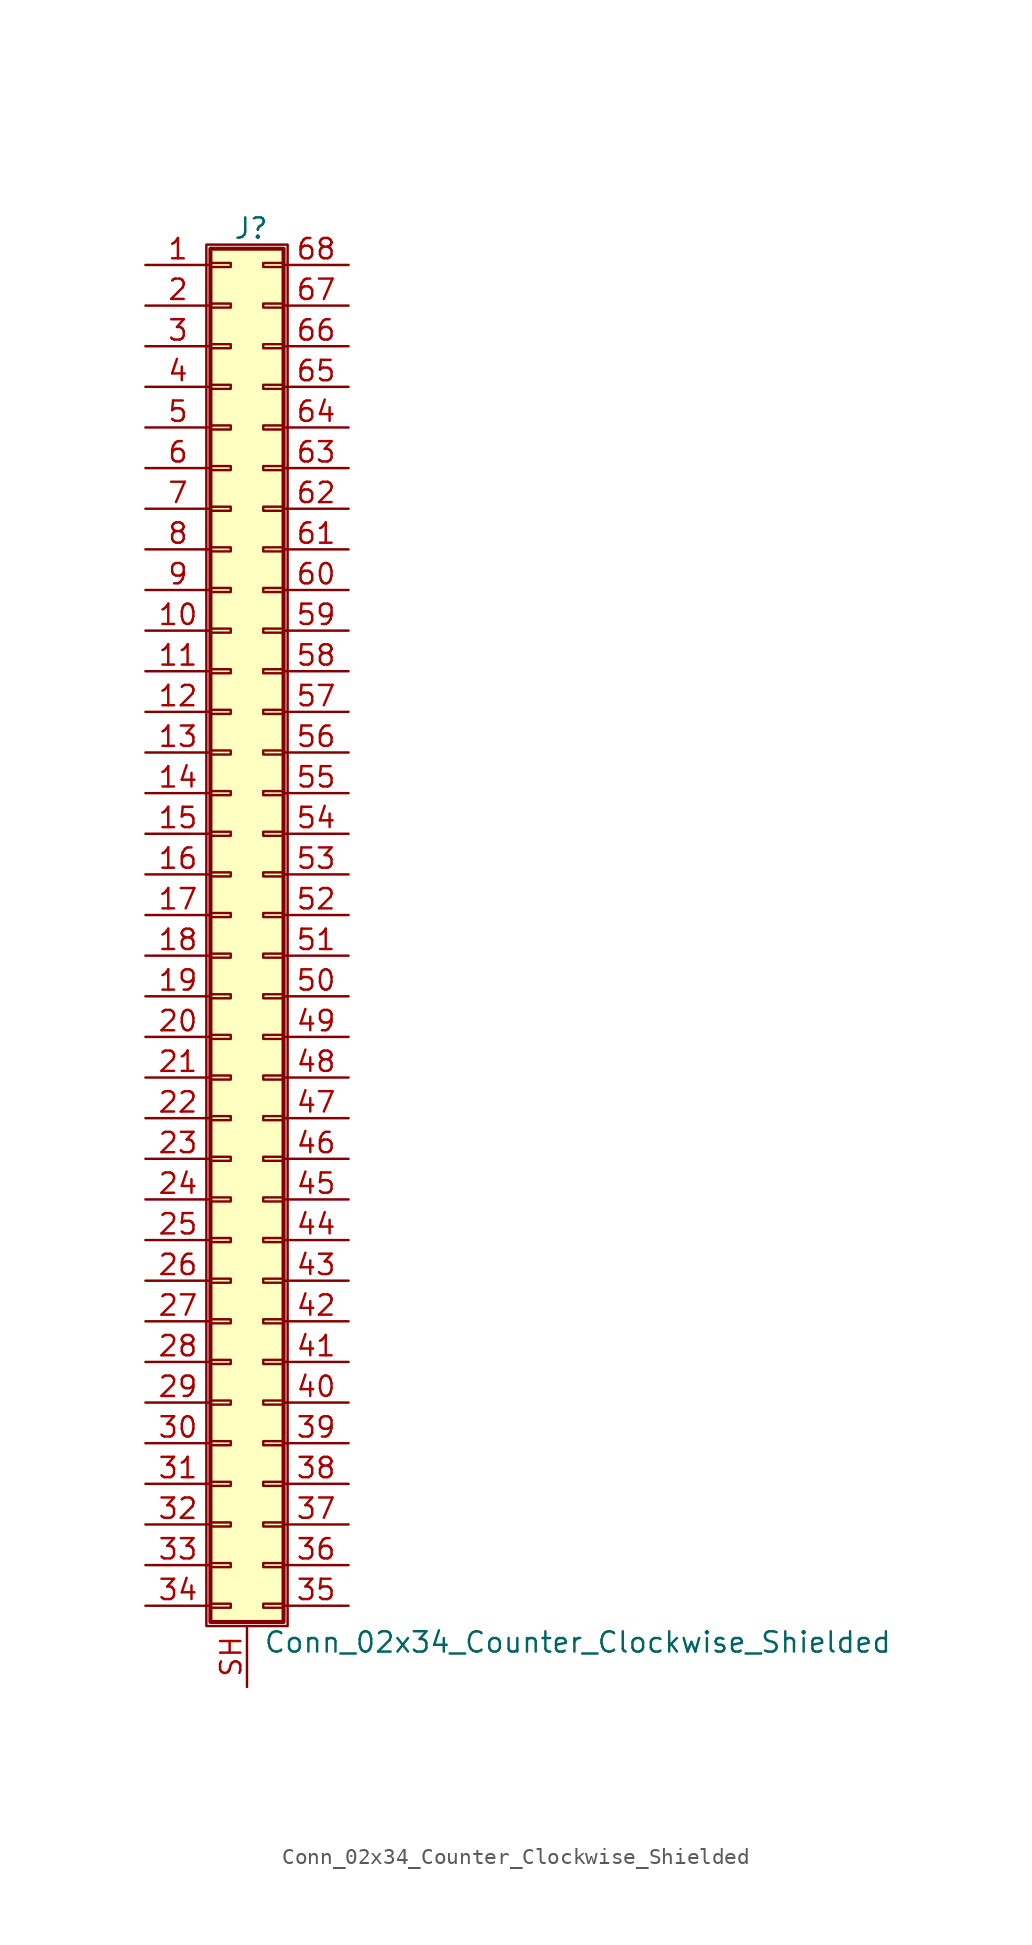
<source format=kicad_sym>
(kicad_symbol_lib
  (version 20220914)
  (generator kicad_symbol_editor)
  (symbol "Conn_02x34_Counter_Clockwise_Shielded"
    (pin_names
      (offset 1.016) hide)
    (property "Reference" "J"
      (at 1.524 42.926 0)
      (effects (font (size 1.27 1.27))))
    (property "Value" "Conn_02x34_Counter_Clockwise_Shielded"
      (at 2.286 -45.466 0)
      (effects (font (size 1.27 1.27)) (justify left)))
    (symbol "Conn_02x34_Counter_Clockwise_Shielded_1_1"
      (rectangle (start -1.27 41.91) (end 3.81 -44.45) (stroke (width 0.152) (type default)) (fill (type none)))
      (rectangle (start -1.016 -43.053) (end 0.254 -43.307) (stroke (width 0.152) (type default)) (fill (type none)))
      (rectangle (start -1.016 -40.513) (end 0.254 -40.767) (stroke (width 0.152) (type default)) (fill (type none)))
      (rectangle (start -1.016 -37.973) (end 0.254 -38.227) (stroke (width 0.152) (type default)) (fill (type none)))
      (rectangle (start -1.016 -35.433) (end 0.254 -35.687) (stroke (width 0.152) (type default)) (fill (type none)))
      (rectangle (start -1.016 -32.893) (end 0.254 -33.147) (stroke (width 0.152) (type default)) (fill (type none)))
      (rectangle (start -1.016 -30.353) (end 0.254 -30.607) (stroke (width 0.152) (type default)) (fill (type none)))
      (rectangle (start -1.016 -27.813) (end 0.254 -28.067) (stroke (width 0.152) (type default)) (fill (type none)))
      (rectangle (start -1.016 -25.273) (end 0.254 -25.527) (stroke (width 0.152) (type default)) (fill (type none)))
      (rectangle (start -1.016 -22.733) (end 0.254 -22.987) (stroke (width 0.152) (type default)) (fill (type none)))
      (rectangle (start -1.016 -20.193) (end 0.254 -20.447) (stroke (width 0.152) (type default)) (fill (type none)))
      (rectangle (start -1.016 -17.653) (end 0.254 -17.907) (stroke (width 0.152) (type default)) (fill (type none)))
      (rectangle (start -1.016 -15.113) (end 0.254 -15.367) (stroke (width 0.152) (type default)) (fill (type none)))
      (rectangle (start -1.016 -12.573) (end 0.254 -12.827) (stroke (width 0.152) (type default)) (fill (type none)))
      (rectangle (start -1.016 -10.033) (end 0.254 -10.287) (stroke (width 0.152) (type default)) (fill (type none)))
      (rectangle (start -1.016 -7.493) (end 0.254 -7.747) (stroke (width 0.152) (type default)) (fill (type none)))
      (rectangle (start -1.016 -4.953) (end 0.254 -5.207) (stroke (width 0.152) (type default)) (fill (type none)))
      (rectangle (start -1.016 -2.413) (end 0.254 -2.667) (stroke (width 0.152) (type default)) (fill (type none)))
      (rectangle (start -1.016 0.127) (end 0.254 -0.127) (stroke (width 0.152) (type default)) (fill (type none)))
      (rectangle (start -1.016 2.667) (end 0.254 2.413) (stroke (width 0.152) (type default)) (fill (type none)))
      (rectangle (start -1.016 5.207) (end 0.254 4.953) (stroke (width 0.152) (type default)) (fill (type none)))
      (rectangle (start -1.016 7.747) (end 0.254 7.493) (stroke (width 0.152) (type default)) (fill (type none)))
      (rectangle (start -1.016 10.287) (end 0.254 10.033) (stroke (width 0.152) (type default)) (fill (type none)))
      (rectangle (start -1.016 12.827) (end 0.254 12.573) (stroke (width 0.152) (type default)) (fill (type none)))
      (rectangle (start -1.016 15.367) (end 0.254 15.113) (stroke (width 0.152) (type default)) (fill (type none)))
      (rectangle (start -1.016 17.907) (end 0.254 17.653) (stroke (width 0.152) (type default)) (fill (type none)))
      (rectangle (start -1.016 20.447) (end 0.254 20.193) (stroke (width 0.152) (type default)) (fill (type none)))
      (rectangle (start -1.016 22.987) (end 0.254 22.733) (stroke (width 0.152) (type default)) (fill (type none)))
      (rectangle (start -1.016 25.527) (end 0.254 25.273) (stroke (width 0.152) (type default)) (fill (type none)))
      (rectangle (start -1.016 28.067) (end 0.254 27.813) (stroke (width 0.152) (type default)) (fill (type none)))
      (rectangle (start -1.016 30.607) (end 0.254 30.353) (stroke (width 0.152) (type default)) (fill (type none)))
      (rectangle (start -1.016 33.147) (end 0.254 32.893) (stroke (width 0.152) (type default)) (fill (type none)))
      (rectangle (start -1.016 35.687) (end 0.254 35.433) (stroke (width 0.152) (type default)) (fill (type none)))
      (rectangle (start -1.016 38.227) (end 0.254 37.973) (stroke (width 0.152) (type default)) (fill (type none)))
      (rectangle (start -1.016 40.767) (end 0.254 40.513) (stroke (width 0.152) (type default)) (fill (type none)))
      (rectangle (start -1.016 41.656) (end 3.556 -44.196) (stroke (width 0.254) (type default)) (fill (type background)))
      (rectangle (start 3.556 -43.053) (end 2.286 -43.307) (stroke (width 0.152) (type default)) (fill (type none)))
      (rectangle (start 3.556 -40.513) (end 2.286 -40.767) (stroke (width 0.152) (type default)) (fill (type none)))
      (rectangle (start 3.556 -37.973) (end 2.286 -38.227) (stroke (width 0.152) (type default)) (fill (type none)))
      (rectangle (start 3.556 -35.433) (end 2.286 -35.687) (stroke (width 0.152) (type default)) (fill (type none)))
      (rectangle (start 3.556 -32.893) (end 2.286 -33.147) (stroke (width 0.152) (type default)) (fill (type none)))
      (rectangle (start 3.556 -30.353) (end 2.286 -30.607) (stroke (width 0.152) (type default)) (fill (type none)))
      (rectangle (start 3.556 -27.813) (end 2.286 -28.067) (stroke (width 0.152) (type default)) (fill (type none)))
      (rectangle (start 3.556 -25.273) (end 2.286 -25.527) (stroke (width 0.152) (type default)) (fill (type none)))
      (rectangle (start 3.556 -22.733) (end 2.286 -22.987) (stroke (width 0.152) (type default)) (fill (type none)))
      (rectangle (start 3.556 -20.193) (end 2.286 -20.447) (stroke (width 0.152) (type default)) (fill (type none)))
      (rectangle (start 3.556 -17.653) (end 2.286 -17.907) (stroke (width 0.152) (type default)) (fill (type none)))
      (rectangle (start 3.556 -15.113) (end 2.286 -15.367) (stroke (width 0.152) (type default)) (fill (type none)))
      (rectangle (start 3.556 -12.573) (end 2.286 -12.827) (stroke (width 0.152) (type default)) (fill (type none)))
      (rectangle (start 3.556 -10.033) (end 2.286 -10.287) (stroke (width 0.152) (type default)) (fill (type none)))
      (rectangle (start 3.556 -7.493) (end 2.286 -7.747) (stroke (width 0.152) (type default)) (fill (type none)))
      (rectangle (start 3.556 -4.953) (end 2.286 -5.207) (stroke (width 0.152) (type default)) (fill (type none)))
      (rectangle (start 3.556 -2.413) (end 2.286 -2.667) (stroke (width 0.152) (type default)) (fill (type none)))
      (rectangle (start 3.556 0.127) (end 2.286 -0.127) (stroke (width 0.152) (type default)) (fill (type none)))
      (rectangle (start 3.556 2.667) (end 2.286 2.413) (stroke (width 0.152) (type default)) (fill (type none)))
      (rectangle (start 3.556 5.207) (end 2.286 4.953) (stroke (width 0.152) (type default)) (fill (type none)))
      (rectangle (start 3.556 7.747) (end 2.286 7.493) (stroke (width 0.152) (type default)) (fill (type none)))
      (rectangle (start 3.556 10.287) (end 2.286 10.033) (stroke (width 0.152) (type default)) (fill (type none)))
      (rectangle (start 3.556 12.827) (end 2.286 12.573) (stroke (width 0.152) (type default)) (fill (type none)))
      (rectangle (start 3.556 15.367) (end 2.286 15.113) (stroke (width 0.152) (type default)) (fill (type none)))
      (rectangle (start 3.556 17.907) (end 2.286 17.653) (stroke (width 0.152) (type default)) (fill (type none)))
      (rectangle (start 3.556 20.447) (end 2.286 20.193) (stroke (width 0.152) (type default)) (fill (type none)))
      (rectangle (start 3.556 22.987) (end 2.286 22.733) (stroke (width 0.152) (type default)) (fill (type none)))
      (rectangle (start 3.556 25.527) (end 2.286 25.273) (stroke (width 0.152) (type default)) (fill (type none)))
      (rectangle (start 3.556 28.067) (end 2.286 27.813) (stroke (width 0.152) (type default)) (fill (type none)))
      (rectangle (start 3.556 30.607) (end 2.286 30.353) (stroke (width 0.152) (type default)) (fill (type none)))
      (rectangle (start 3.556 33.147) (end 2.286 32.893) (stroke (width 0.152) (type default)) (fill (type none)))
      (rectangle (start 3.556 35.687) (end 2.286 35.433) (stroke (width 0.152) (type default)) (fill (type none)))
      (rectangle (start 3.556 38.227) (end 2.286 37.973) (stroke (width 0.152) (type default)) (fill (type none)))
      (rectangle (start 3.556 40.767) (end 2.286 40.513) (stroke (width 0.152) (type default)) (fill (type none)))
      (pin passive line (at -5.08 40.64 0) (length 4.064) (name "Pin_1" (effects (font (size 1.27 1.27)))) (number "1" (effects (font (size 1.27 1.27)))))
      (pin passive line (at -5.08 17.78 0) (length 4.064) (name "Pin_10" (effects (font (size 1.27 1.27)))) (number "10" (effects (font (size 1.27 1.27)))))
      (pin passive line (at -5.08 15.24 0) (length 4.064) (name "Pin_11" (effects (font (size 1.27 1.27)))) (number "11" (effects (font (size 1.27 1.27)))))
      (pin passive line (at -5.08 12.7 0) (length 4.064) (name "Pin_12" (effects (font (size 1.27 1.27)))) (number "12" (effects (font (size 1.27 1.27)))))
      (pin passive line (at -5.08 10.16 0) (length 4.064) (name "Pin_13" (effects (font (size 1.27 1.27)))) (number "13" (effects (font (size 1.27 1.27)))))
      (pin passive line (at -5.08 7.62 0) (length 4.064) (name "Pin_14" (effects (font (size 1.27 1.27)))) (number "14" (effects (font (size 1.27 1.27)))))
      (pin passive line (at -5.08 5.08 0) (length 4.064) (name "Pin_15" (effects (font (size 1.27 1.27)))) (number "15" (effects (font (size 1.27 1.27)))))
      (pin passive line (at -5.08 2.54 0) (length 4.064) (name "Pin_16" (effects (font (size 1.27 1.27)))) (number "16" (effects (font (size 1.27 1.27)))))
      (pin passive line (at -5.08 0 0) (length 4.064) (name "Pin_17" (effects (font (size 1.27 1.27)))) (number "17" (effects (font (size 1.27 1.27)))))
      (pin passive line (at -5.08 -2.54 0) (length 4.064) (name "Pin_18" (effects (font (size 1.27 1.27)))) (number "18" (effects (font (size 1.27 1.27)))))
      (pin passive line (at -5.08 -5.08 0) (length 4.064) (name "Pin_19" (effects (font (size 1.27 1.27)))) (number "19" (effects (font (size 1.27 1.27)))))
      (pin passive line (at -5.08 38.1 0) (length 4.064) (name "Pin_2" (effects (font (size 1.27 1.27)))) (number "2" (effects (font (size 1.27 1.27)))))
      (pin passive line (at -5.08 -7.62 0) (length 4.064) (name "Pin_20" (effects (font (size 1.27 1.27)))) (number "20" (effects (font (size 1.27 1.27)))))
      (pin passive line (at -5.08 -10.16 0) (length 4.064) (name "Pin_21" (effects (font (size 1.27 1.27)))) (number "21" (effects (font (size 1.27 1.27)))))
      (pin passive line (at -5.08 -12.7 0) (length 4.064) (name "Pin_22" (effects (font (size 1.27 1.27)))) (number "22" (effects (font (size 1.27 1.27)))))
      (pin passive line (at -5.08 -15.24 0) (length 4.064) (name "Pin_23" (effects (font (size 1.27 1.27)))) (number "23" (effects (font (size 1.27 1.27)))))
      (pin passive line (at -5.08 -17.78 0) (length 4.064) (name "Pin_24" (effects (font (size 1.27 1.27)))) (number "24" (effects (font (size 1.27 1.27)))))
      (pin passive line (at -5.08 -20.32 0) (length 4.064) (name "Pin_25" (effects (font (size 1.27 1.27)))) (number "25" (effects (font (size 1.27 1.27)))))
      (pin passive line (at -5.08 -22.86 0) (length 4.064) (name "Pin_26" (effects (font (size 1.27 1.27)))) (number "26" (effects (font (size 1.27 1.27)))))
      (pin passive line (at -5.08 -25.4 0) (length 4.064) (name "Pin_27" (effects (font (size 1.27 1.27)))) (number "27" (effects (font (size 1.27 1.27)))))
      (pin passive line (at -5.08 -27.94 0) (length 4.064) (name "Pin_28" (effects (font (size 1.27 1.27)))) (number "28" (effects (font (size 1.27 1.27)))))
      (pin passive line (at -5.08 -30.48 0) (length 4.064) (name "Pin_29" (effects (font (size 1.27 1.27)))) (number "29" (effects (font (size 1.27 1.27)))))
      (pin passive line (at -5.08 35.56 0) (length 4.064) (name "Pin_3" (effects (font (size 1.27 1.27)))) (number "3" (effects (font (size 1.27 1.27)))))
      (pin passive line (at -5.08 -33.02 0) (length 4.064) (name "Pin_30" (effects (font (size 1.27 1.27)))) (number "30" (effects (font (size 1.27 1.27)))))
      (pin passive line (at -5.08 -35.56 0) (length 4.064) (name "Pin_31" (effects (font (size 1.27 1.27)))) (number "31" (effects (font (size 1.27 1.27)))))
      (pin passive line (at -5.08 -38.1 0) (length 4.064) (name "Pin_32" (effects (font (size 1.27 1.27)))) (number "32" (effects (font (size 1.27 1.27)))))
      (pin passive line (at -5.08 -40.64 0) (length 4.064) (name "Pin_33" (effects (font (size 1.27 1.27)))) (number "33" (effects (font (size 1.27 1.27)))))
      (pin passive line (at -5.08 -43.18 0) (length 4.064) (name "Pin_34" (effects (font (size 1.27 1.27)))) (number "34" (effects (font (size 1.27 1.27)))))
      (pin passive line (at 7.62 -43.18 180) (length 4.064) (name "Pin_35" (effects (font (size 1.27 1.27)))) (number "35" (effects (font (size 1.27 1.27)))))
      (pin passive line (at 7.62 -40.64 180) (length 4.064) (name "Pin_36" (effects (font (size 1.27 1.27)))) (number "36" (effects (font (size 1.27 1.27)))))
      (pin passive line (at 7.62 -38.1 180) (length 4.064) (name "Pin_37" (effects (font (size 1.27 1.27)))) (number "37" (effects (font (size 1.27 1.27)))))
      (pin passive line (at 7.62 -35.56 180) (length 4.064) (name "Pin_38" (effects (font (size 1.27 1.27)))) (number "38" (effects (font (size 1.27 1.27)))))
      (pin passive line (at 7.62 -33.02 180) (length 4.064) (name "Pin_39" (effects (font (size 1.27 1.27)))) (number "39" (effects (font (size 1.27 1.27)))))
      (pin passive line (at -5.08 33.02 0) (length 4.064) (name "Pin_4" (effects (font (size 1.27 1.27)))) (number "4" (effects (font (size 1.27 1.27)))))
      (pin passive line (at 7.62 -30.48 180) (length 4.064) (name "Pin_40" (effects (font (size 1.27 1.27)))) (number "40" (effects (font (size 1.27 1.27)))))
      (pin passive line (at 7.62 -27.94 180) (length 4.064) (name "Pin_41" (effects (font (size 1.27 1.27)))) (number "41" (effects (font (size 1.27 1.27)))))
      (pin passive line (at 7.62 -25.4 180) (length 4.064) (name "Pin_42" (effects (font (size 1.27 1.27)))) (number "42" (effects (font (size 1.27 1.27)))))
      (pin passive line (at 7.62 -22.86 180) (length 4.064) (name "Pin_43" (effects (font (size 1.27 1.27)))) (number "43" (effects (font (size 1.27 1.27)))))
      (pin passive line (at 7.62 -20.32 180) (length 4.064) (name "Pin_44" (effects (font (size 1.27 1.27)))) (number "44" (effects (font (size 1.27 1.27)))))
      (pin passive line (at 7.62 -17.78 180) (length 4.064) (name "Pin_45" (effects (font (size 1.27 1.27)))) (number "45" (effects (font (size 1.27 1.27)))))
      (pin passive line (at 7.62 -15.24 180) (length 4.064) (name "Pin_46" (effects (font (size 1.27 1.27)))) (number "46" (effects (font (size 1.27 1.27)))))
      (pin passive line (at 7.62 -12.7 180) (length 4.064) (name "Pin_47" (effects (font (size 1.27 1.27)))) (number "47" (effects (font (size 1.27 1.27)))))
      (pin passive line (at 7.62 -10.16 180) (length 4.064) (name "Pin_48" (effects (font (size 1.27 1.27)))) (number "48" (effects (font (size 1.27 1.27)))))
      (pin passive line (at 7.62 -7.62 180) (length 4.064) (name "Pin_49" (effects (font (size 1.27 1.27)))) (number "49" (effects (font (size 1.27 1.27)))))
      (pin passive line (at -5.08 30.48 0) (length 4.064) (name "Pin_5" (effects (font (size 1.27 1.27)))) (number "5" (effects (font (size 1.27 1.27)))))
      (pin passive line (at 7.62 -5.08 180) (length 4.064) (name "Pin_50" (effects (font (size 1.27 1.27)))) (number "50" (effects (font (size 1.27 1.27)))))
      (pin passive line (at 7.62 -2.54 180) (length 4.064) (name "Pin_51" (effects (font (size 1.27 1.27)))) (number "51" (effects (font (size 1.27 1.27)))))
      (pin passive line (at 7.62 0 180) (length 4.064) (name "Pin_52" (effects (font (size 1.27 1.27)))) (number "52" (effects (font (size 1.27 1.27)))))
      (pin passive line (at 7.62 2.54 180) (length 4.064) (name "Pin_53" (effects (font (size 1.27 1.27)))) (number "53" (effects (font (size 1.27 1.27)))))
      (pin passive line (at 7.62 5.08 180) (length 4.064) (name "Pin_54" (effects (font (size 1.27 1.27)))) (number "54" (effects (font (size 1.27 1.27)))))
      (pin passive line (at 7.62 7.62 180) (length 4.064) (name "Pin_55" (effects (font (size 1.27 1.27)))) (number "55" (effects (font (size 1.27 1.27)))))
      (pin passive line (at 7.62 10.16 180) (length 4.064) (name "Pin_56" (effects (font (size 1.27 1.27)))) (number "56" (effects (font (size 1.27 1.27)))))
      (pin passive line (at 7.62 12.7 180) (length 4.064) (name "Pin_57" (effects (font (size 1.27 1.27)))) (number "57" (effects (font (size 1.27 1.27)))))
      (pin passive line (at 7.62 15.24 180) (length 4.064) (name "Pin_58" (effects (font (size 1.27 1.27)))) (number "58" (effects (font (size 1.27 1.27)))))
      (pin passive line (at 7.62 17.78 180) (length 4.064) (name "Pin_59" (effects (font (size 1.27 1.27)))) (number "59" (effects (font (size 1.27 1.27)))))
      (pin passive line (at -5.08 27.94 0) (length 4.064) (name "Pin_6" (effects (font (size 1.27 1.27)))) (number "6" (effects (font (size 1.27 1.27)))))
      (pin passive line (at 7.62 20.32 180) (length 4.064) (name "Pin_60" (effects (font (size 1.27 1.27)))) (number "60" (effects (font (size 1.27 1.27)))))
      (pin passive line (at 7.62 22.86 180) (length 4.064) (name "Pin_61" (effects (font (size 1.27 1.27)))) (number "61" (effects (font (size 1.27 1.27)))))
      (pin passive line (at 7.62 25.4 180) (length 4.064) (name "Pin_62" (effects (font (size 1.27 1.27)))) (number "62" (effects (font (size 1.27 1.27)))))
      (pin passive line (at 7.62 27.94 180) (length 4.064) (name "Pin_63" (effects (font (size 1.27 1.27)))) (number "63" (effects (font (size 1.27 1.27)))))
      (pin passive line (at 7.62 30.48 180) (length 4.064) (name "Pin_64" (effects (font (size 1.27 1.27)))) (number "64" (effects (font (size 1.27 1.27)))))
      (pin passive line (at 7.62 33.02 180) (length 4.064) (name "Pin_65" (effects (font (size 1.27 1.27)))) (number "65" (effects (font (size 1.27 1.27)))))
      (pin passive line (at 7.62 35.56 180) (length 4.064) (name "Pin_66" (effects (font (size 1.27 1.27)))) (number "66" (effects (font (size 1.27 1.27)))))
      (pin passive line (at 7.62 38.1 180) (length 4.064) (name "Pin_67" (effects (font (size 1.27 1.27)))) (number "67" (effects (font (size 1.27 1.27)))))
      (pin passive line (at 7.62 40.64 180) (length 4.064) (name "Pin_68" (effects (font (size 1.27 1.27)))) (number "68" (effects (font (size 1.27 1.27)))))
      (pin passive line (at -5.08 25.4 0) (length 4.064) (name "Pin_7" (effects (font (size 1.27 1.27)))) (number "7" (effects (font (size 1.27 1.27)))))
      (pin passive line (at -5.08 22.86 0) (length 4.064) (name "Pin_8" (effects (font (size 1.27 1.27)))) (number "8" (effects (font (size 1.27 1.27)))))
      (pin passive line (at -5.08 20.32 0) (length 4.064) (name "Pin_9" (effects (font (size 1.27 1.27)))) (number "9" (effects (font (size 1.27 1.27)))))
      (pin passive line (at 1.27 -48.26 90) (length 3.81) (name "Shield" (effects (font (size 1.27 1.27)))) (number "SH" (effects (font (size 1.27 1.27))))))))
</source>
